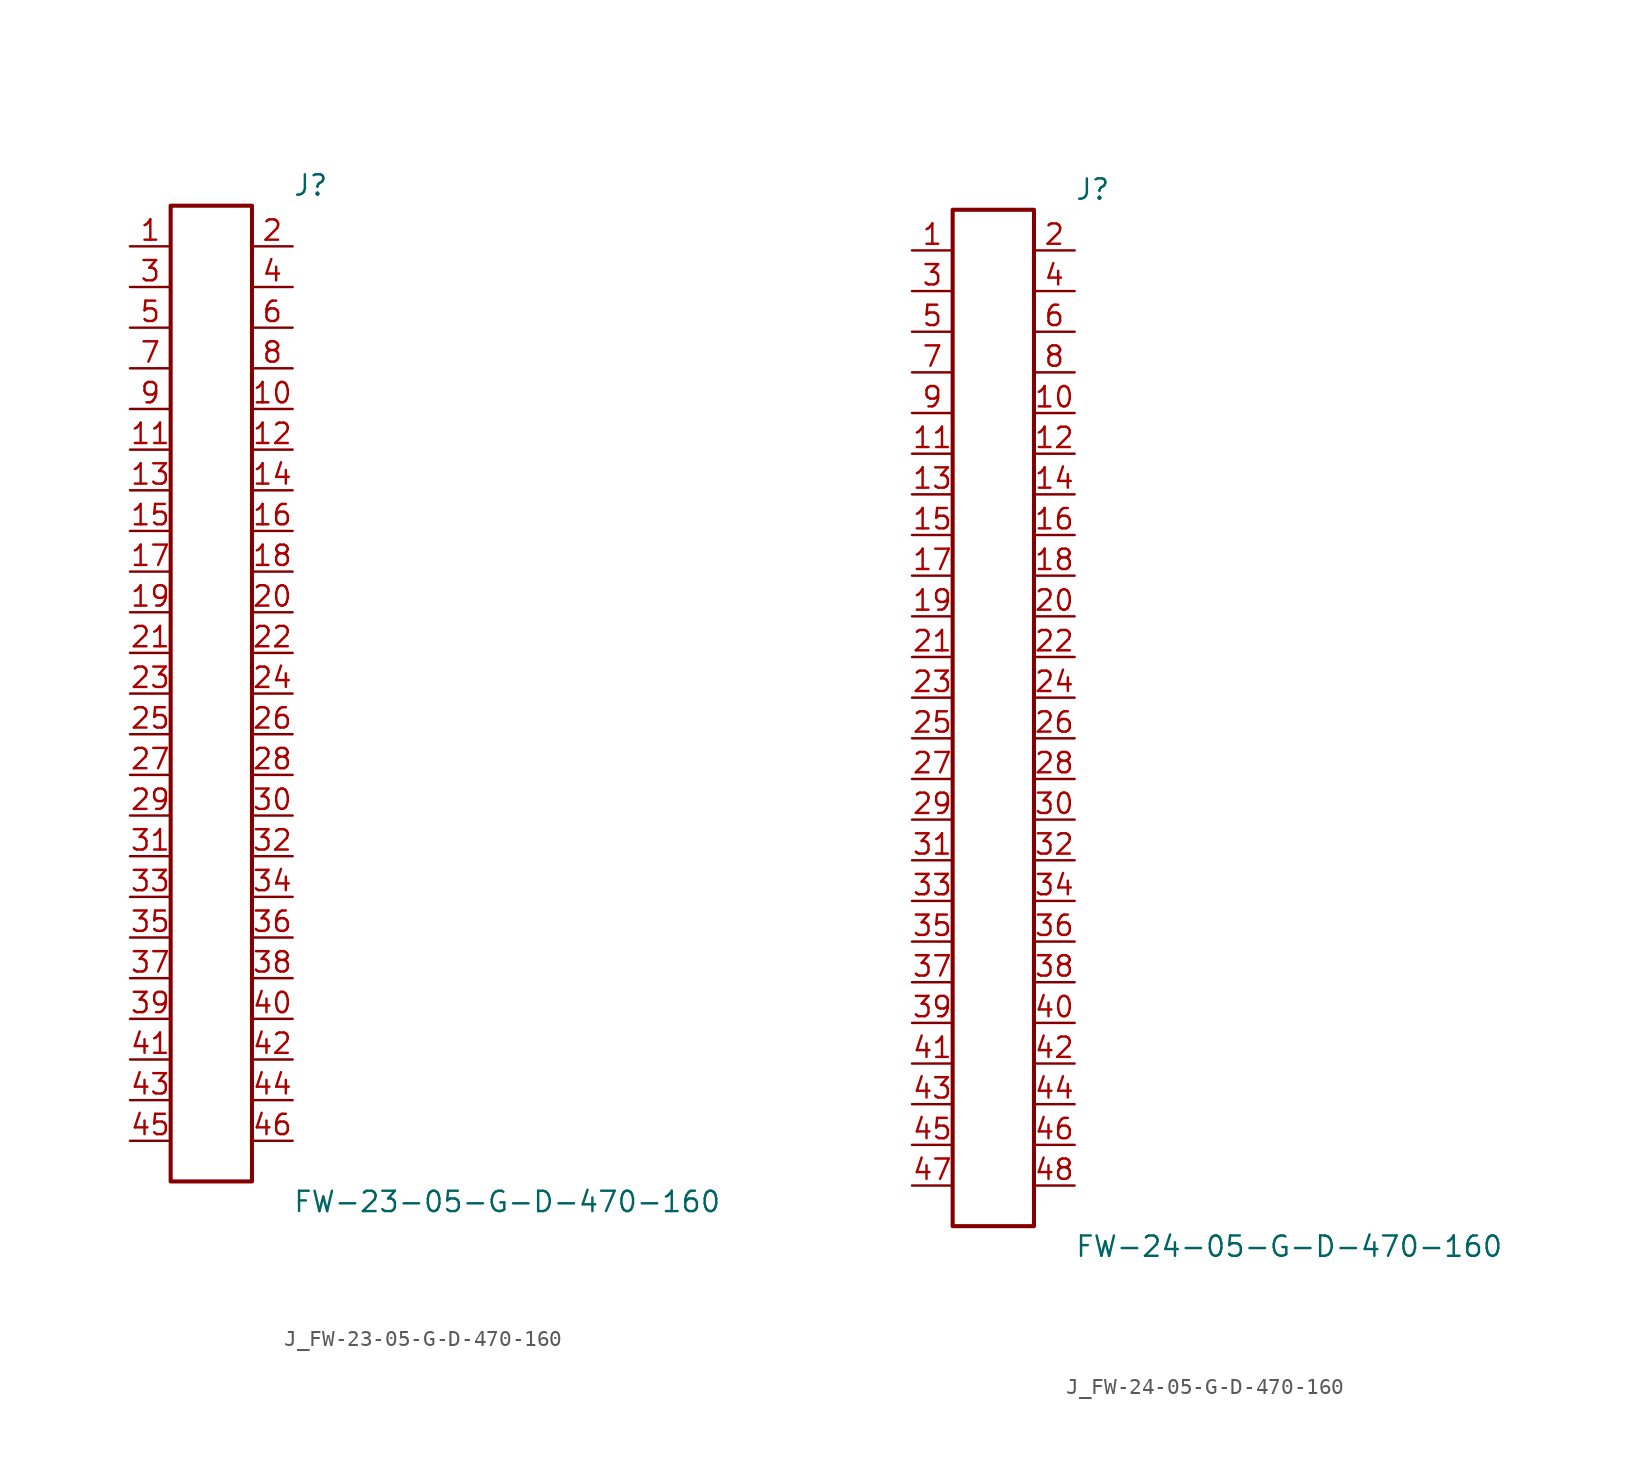
<source format=kicad_sym>
(kicad_symbol_lib
  (version 20231120)
  (generator kicad_symbol_editor)
  (generator_version 8.0)
  (symbol "J_FW-23-05-G-D-470-160"
    (pin_names
      (offset 0.254))
    (property "Reference" "J"
      (at 5.08 31.75 0)
      (effects (font (size 1.27 1.27)) (justify left)))
    (property "Value" "FW-23-05-G-D-470-160"
      (at 5.08 -31.75 0)
      (effects (font (size 1.27 1.27)) (justify left)))
    (symbol "J_FW-23-05-G-D-470-160_0_0"
      (pin unspecified line (at -5.08 27.94 0) (length 2.54) (name "" (effects (font (size 1.27 1.27)))) (number "1" (effects (font (size 1.27 1.27)))))
      (pin unspecified line (at 5.08 27.94 180) (length 2.54) (name "" (effects (font (size 1.27 1.27)))) (number "2" (effects (font (size 1.27 1.27)))))
      (pin unspecified line (at -5.08 25.4 0) (length 2.54) (name "" (effects (font (size 1.27 1.27)))) (number "3" (effects (font (size 1.27 1.27)))))
      (pin unspecified line (at 5.08 25.4 180) (length 2.54) (name "" (effects (font (size 1.27 1.27)))) (number "4" (effects (font (size 1.27 1.27)))))
      (pin unspecified line (at -5.08 22.86 0) (length 2.54) (name "" (effects (font (size 1.27 1.27)))) (number "5" (effects (font (size 1.27 1.27)))))
      (pin unspecified line (at 5.08 22.86 180) (length 2.54) (name "" (effects (font (size 1.27 1.27)))) (number "6" (effects (font (size 1.27 1.27)))))
      (pin unspecified line (at -5.08 20.32 0) (length 2.54) (name "" (effects (font (size 1.27 1.27)))) (number "7" (effects (font (size 1.27 1.27)))))
      (pin unspecified line (at 5.08 20.32 180) (length 2.54) (name "" (effects (font (size 1.27 1.27)))) (number "8" (effects (font (size 1.27 1.27)))))
      (pin unspecified line (at -5.08 17.78 0) (length 2.54) (name "" (effects (font (size 1.27 1.27)))) (number "9" (effects (font (size 1.27 1.27)))))
      (pin unspecified line (at 5.08 17.78 180) (length 2.54) (name "" (effects (font (size 1.27 1.27)))) (number "10" (effects (font (size 1.27 1.27)))))
      (pin unspecified line (at -5.08 15.24 0) (length 2.54) (name "" (effects (font (size 1.27 1.27)))) (number "11" (effects (font (size 1.27 1.27)))))
      (pin unspecified line (at 5.08 15.24 180) (length 2.54) (name "" (effects (font (size 1.27 1.27)))) (number "12" (effects (font (size 1.27 1.27)))))
      (pin unspecified line (at -5.08 12.7 0) (length 2.54) (name "" (effects (font (size 1.27 1.27)))) (number "13" (effects (font (size 1.27 1.27)))))
      (pin unspecified line (at 5.08 12.7 180) (length 2.54) (name "" (effects (font (size 1.27 1.27)))) (number "14" (effects (font (size 1.27 1.27)))))
      (pin unspecified line (at -5.08 10.16 0) (length 2.54) (name "" (effects (font (size 1.27 1.27)))) (number "15" (effects (font (size 1.27 1.27)))))
      (pin unspecified line (at 5.08 10.16 180) (length 2.54) (name "" (effects (font (size 1.27 1.27)))) (number "16" (effects (font (size 1.27 1.27)))))
      (pin unspecified line (at -5.08 7.62 0) (length 2.54) (name "" (effects (font (size 1.27 1.27)))) (number "17" (effects (font (size 1.27 1.27)))))
      (pin unspecified line (at 5.08 7.62 180) (length 2.54) (name "" (effects (font (size 1.27 1.27)))) (number "18" (effects (font (size 1.27 1.27)))))
      (pin unspecified line (at -5.08 5.08 0) (length 2.54) (name "" (effects (font (size 1.27 1.27)))) (number "19" (effects (font (size 1.27 1.27)))))
      (pin unspecified line (at 5.08 5.08 180) (length 2.54) (name "" (effects (font (size 1.27 1.27)))) (number "20" (effects (font (size 1.27 1.27)))))
      (pin unspecified line (at -5.08 2.54 0) (length 2.54) (name "" (effects (font (size 1.27 1.27)))) (number "21" (effects (font (size 1.27 1.27)))))
      (pin unspecified line (at 5.08 2.54 180) (length 2.54) (name "" (effects (font (size 1.27 1.27)))) (number "22" (effects (font (size 1.27 1.27)))))
      (pin unspecified line (at -5.08 0.0 0) (length 2.54) (name "" (effects (font (size 1.27 1.27)))) (number "23" (effects (font (size 1.27 1.27)))))
      (pin unspecified line (at 5.08 0.0 180) (length 2.54) (name "" (effects (font (size 1.27 1.27)))) (number "24" (effects (font (size 1.27 1.27)))))
      (pin unspecified line (at -5.08 -2.54 0) (length 2.54) (name "" (effects (font (size 1.27 1.27)))) (number "25" (effects (font (size 1.27 1.27)))))
      (pin unspecified line (at 5.08 -2.54 180) (length 2.54) (name "" (effects (font (size 1.27 1.27)))) (number "26" (effects (font (size 1.27 1.27)))))
      (pin unspecified line (at -5.08 -5.08 0) (length 2.54) (name "" (effects (font (size 1.27 1.27)))) (number "27" (effects (font (size 1.27 1.27)))))
      (pin unspecified line (at 5.08 -5.08 180) (length 2.54) (name "" (effects (font (size 1.27 1.27)))) (number "28" (effects (font (size 1.27 1.27)))))
      (pin unspecified line (at -5.08 -7.62 0) (length 2.54) (name "" (effects (font (size 1.27 1.27)))) (number "29" (effects (font (size 1.27 1.27)))))
      (pin unspecified line (at 5.08 -7.62 180) (length 2.54) (name "" (effects (font (size 1.27 1.27)))) (number "30" (effects (font (size 1.27 1.27)))))
      (pin unspecified line (at -5.08 -10.16 0) (length 2.54) (name "" (effects (font (size 1.27 1.27)))) (number "31" (effects (font (size 1.27 1.27)))))
      (pin unspecified line (at 5.08 -10.16 180) (length 2.54) (name "" (effects (font (size 1.27 1.27)))) (number "32" (effects (font (size 1.27 1.27)))))
      (pin unspecified line (at -5.08 -12.7 0) (length 2.54) (name "" (effects (font (size 1.27 1.27)))) (number "33" (effects (font (size 1.27 1.27)))))
      (pin unspecified line (at 5.08 -12.7 180) (length 2.54) (name "" (effects (font (size 1.27 1.27)))) (number "34" (effects (font (size 1.27 1.27)))))
      (pin unspecified line (at -5.08 -15.24 0) (length 2.54) (name "" (effects (font (size 1.27 1.27)))) (number "35" (effects (font (size 1.27 1.27)))))
      (pin unspecified line (at 5.08 -15.24 180) (length 2.54) (name "" (effects (font (size 1.27 1.27)))) (number "36" (effects (font (size 1.27 1.27)))))
      (pin unspecified line (at -5.08 -17.78 0) (length 2.54) (name "" (effects (font (size 1.27 1.27)))) (number "37" (effects (font (size 1.27 1.27)))))
      (pin unspecified line (at 5.08 -17.78 180) (length 2.54) (name "" (effects (font (size 1.27 1.27)))) (number "38" (effects (font (size 1.27 1.27)))))
      (pin unspecified line (at -5.08 -20.32 0) (length 2.54) (name "" (effects (font (size 1.27 1.27)))) (number "39" (effects (font (size 1.27 1.27)))))
      (pin unspecified line (at 5.08 -20.32 180) (length 2.54) (name "" (effects (font (size 1.27 1.27)))) (number "40" (effects (font (size 1.27 1.27)))))
      (pin unspecified line (at -5.08 -22.86 0) (length 2.54) (name "" (effects (font (size 1.27 1.27)))) (number "41" (effects (font (size 1.27 1.27)))))
      (pin unspecified line (at 5.08 -22.86 180) (length 2.54) (name "" (effects (font (size 1.27 1.27)))) (number "42" (effects (font (size 1.27 1.27)))))
      (pin unspecified line (at -5.08 -25.4 0) (length 2.54) (name "" (effects (font (size 1.27 1.27)))) (number "43" (effects (font (size 1.27 1.27)))))
      (pin unspecified line (at 5.08 -25.4 180) (length 2.54) (name "" (effects (font (size 1.27 1.27)))) (number "44" (effects (font (size 1.27 1.27)))))
      (pin unspecified line (at -5.08 -27.94 0) (length 2.54) (name "" (effects (font (size 1.27 1.27)))) (number "45" (effects (font (size 1.27 1.27)))))
      (pin unspecified line (at 5.08 -27.94 180) (length 2.54) (name "" (effects (font (size 1.27 1.27)))) (number "46" (effects (font (size 1.27 1.27))))))
    (symbol "J_FW-23-05-G-D-470-160_1_0"
      (rectangle (start -2.54 30.48) (end 2.54 -30.48) (stroke (width 0.254) (type solid)) (fill (type none)))))
  (symbol "J_FW-24-05-G-D-470-160"
    (pin_names
      (offset 0.254))
    (property "Reference" "J"
      (at 5.08 33.02 0)
      (effects (font (size 1.27 1.27)) (justify left)))
    (property "Value" "FW-24-05-G-D-470-160"
      (at 5.08 -33.02 0)
      (effects (font (size 1.27 1.27)) (justify left)))
    (symbol "J_FW-24-05-G-D-470-160_0_0"
      (pin unspecified line (at -5.08 29.21 0) (length 2.54) (name "" (effects (font (size 1.27 1.27)))) (number "1" (effects (font (size 1.27 1.27)))))
      (pin unspecified line (at 5.08 29.21 180) (length 2.54) (name "" (effects (font (size 1.27 1.27)))) (number "2" (effects (font (size 1.27 1.27)))))
      (pin unspecified line (at -5.08 26.67 0) (length 2.54) (name "" (effects (font (size 1.27 1.27)))) (number "3" (effects (font (size 1.27 1.27)))))
      (pin unspecified line (at 5.08 26.67 180) (length 2.54) (name "" (effects (font (size 1.27 1.27)))) (number "4" (effects (font (size 1.27 1.27)))))
      (pin unspecified line (at -5.08 24.13 0) (length 2.54) (name "" (effects (font (size 1.27 1.27)))) (number "5" (effects (font (size 1.27 1.27)))))
      (pin unspecified line (at 5.08 24.13 180) (length 2.54) (name "" (effects (font (size 1.27 1.27)))) (number "6" (effects (font (size 1.27 1.27)))))
      (pin unspecified line (at -5.08 21.59 0) (length 2.54) (name "" (effects (font (size 1.27 1.27)))) (number "7" (effects (font (size 1.27 1.27)))))
      (pin unspecified line (at 5.08 21.59 180) (length 2.54) (name "" (effects (font (size 1.27 1.27)))) (number "8" (effects (font (size 1.27 1.27)))))
      (pin unspecified line (at -5.08 19.05 0) (length 2.54) (name "" (effects (font (size 1.27 1.27)))) (number "9" (effects (font (size 1.27 1.27)))))
      (pin unspecified line (at 5.08 19.05 180) (length 2.54) (name "" (effects (font (size 1.27 1.27)))) (number "10" (effects (font (size 1.27 1.27)))))
      (pin unspecified line (at -5.08 16.51 0) (length 2.54) (name "" (effects (font (size 1.27 1.27)))) (number "11" (effects (font (size 1.27 1.27)))))
      (pin unspecified line (at 5.08 16.51 180) (length 2.54) (name "" (effects (font (size 1.27 1.27)))) (number "12" (effects (font (size 1.27 1.27)))))
      (pin unspecified line (at -5.08 13.97 0) (length 2.54) (name "" (effects (font (size 1.27 1.27)))) (number "13" (effects (font (size 1.27 1.27)))))
      (pin unspecified line (at 5.08 13.97 180) (length 2.54) (name "" (effects (font (size 1.27 1.27)))) (number "14" (effects (font (size 1.27 1.27)))))
      (pin unspecified line (at -5.08 11.43 0) (length 2.54) (name "" (effects (font (size 1.27 1.27)))) (number "15" (effects (font (size 1.27 1.27)))))
      (pin unspecified line (at 5.08 11.43 180) (length 2.54) (name "" (effects (font (size 1.27 1.27)))) (number "16" (effects (font (size 1.27 1.27)))))
      (pin unspecified line (at -5.08 8.89 0) (length 2.54) (name "" (effects (font (size 1.27 1.27)))) (number "17" (effects (font (size 1.27 1.27)))))
      (pin unspecified line (at 5.08 8.89 180) (length 2.54) (name "" (effects (font (size 1.27 1.27)))) (number "18" (effects (font (size 1.27 1.27)))))
      (pin unspecified line (at -5.08 6.35 0) (length 2.54) (name "" (effects (font (size 1.27 1.27)))) (number "19" (effects (font (size 1.27 1.27)))))
      (pin unspecified line (at 5.08 6.35 180) (length 2.54) (name "" (effects (font (size 1.27 1.27)))) (number "20" (effects (font (size 1.27 1.27)))))
      (pin unspecified line (at -5.08 3.81 0) (length 2.54) (name "" (effects (font (size 1.27 1.27)))) (number "21" (effects (font (size 1.27 1.27)))))
      (pin unspecified line (at 5.08 3.81 180) (length 2.54) (name "" (effects (font (size 1.27 1.27)))) (number "22" (effects (font (size 1.27 1.27)))))
      (pin unspecified line (at -5.08 1.27 0) (length 2.54) (name "" (effects (font (size 1.27 1.27)))) (number "23" (effects (font (size 1.27 1.27)))))
      (pin unspecified line (at 5.08 1.27 180) (length 2.54) (name "" (effects (font (size 1.27 1.27)))) (number "24" (effects (font (size 1.27 1.27)))))
      (pin unspecified line (at -5.08 -1.27 0) (length 2.54) (name "" (effects (font (size 1.27 1.27)))) (number "25" (effects (font (size 1.27 1.27)))))
      (pin unspecified line (at 5.08 -1.27 180) (length 2.54) (name "" (effects (font (size 1.27 1.27)))) (number "26" (effects (font (size 1.27 1.27)))))
      (pin unspecified line (at -5.08 -3.81 0) (length 2.54) (name "" (effects (font (size 1.27 1.27)))) (number "27" (effects (font (size 1.27 1.27)))))
      (pin unspecified line (at 5.08 -3.81 180) (length 2.54) (name "" (effects (font (size 1.27 1.27)))) (number "28" (effects (font (size 1.27 1.27)))))
      (pin unspecified line (at -5.08 -6.35 0) (length 2.54) (name "" (effects (font (size 1.27 1.27)))) (number "29" (effects (font (size 1.27 1.27)))))
      (pin unspecified line (at 5.08 -6.35 180) (length 2.54) (name "" (effects (font (size 1.27 1.27)))) (number "30" (effects (font (size 1.27 1.27)))))
      (pin unspecified line (at -5.08 -8.89 0) (length 2.54) (name "" (effects (font (size 1.27 1.27)))) (number "31" (effects (font (size 1.27 1.27)))))
      (pin unspecified line (at 5.08 -8.89 180) (length 2.54) (name "" (effects (font (size 1.27 1.27)))) (number "32" (effects (font (size 1.27 1.27)))))
      (pin unspecified line (at -5.08 -11.43 0) (length 2.54) (name "" (effects (font (size 1.27 1.27)))) (number "33" (effects (font (size 1.27 1.27)))))
      (pin unspecified line (at 5.08 -11.43 180) (length 2.54) (name "" (effects (font (size 1.27 1.27)))) (number "34" (effects (font (size 1.27 1.27)))))
      (pin unspecified line (at -5.08 -13.97 0) (length 2.54) (name "" (effects (font (size 1.27 1.27)))) (number "35" (effects (font (size 1.27 1.27)))))
      (pin unspecified line (at 5.08 -13.97 180) (length 2.54) (name "" (effects (font (size 1.27 1.27)))) (number "36" (effects (font (size 1.27 1.27)))))
      (pin unspecified line (at -5.08 -16.51 0) (length 2.54) (name "" (effects (font (size 1.27 1.27)))) (number "37" (effects (font (size 1.27 1.27)))))
      (pin unspecified line (at 5.08 -16.51 180) (length 2.54) (name "" (effects (font (size 1.27 1.27)))) (number "38" (effects (font (size 1.27 1.27)))))
      (pin unspecified line (at -5.08 -19.05 0) (length 2.54) (name "" (effects (font (size 1.27 1.27)))) (number "39" (effects (font (size 1.27 1.27)))))
      (pin unspecified line (at 5.08 -19.05 180) (length 2.54) (name "" (effects (font (size 1.27 1.27)))) (number "40" (effects (font (size 1.27 1.27)))))
      (pin unspecified line (at -5.08 -21.59 0) (length 2.54) (name "" (effects (font (size 1.27 1.27)))) (number "41" (effects (font (size 1.27 1.27)))))
      (pin unspecified line (at 5.08 -21.59 180) (length 2.54) (name "" (effects (font (size 1.27 1.27)))) (number "42" (effects (font (size 1.27 1.27)))))
      (pin unspecified line (at -5.08 -24.13 0) (length 2.54) (name "" (effects (font (size 1.27 1.27)))) (number "43" (effects (font (size 1.27 1.27)))))
      (pin unspecified line (at 5.08 -24.13 180) (length 2.54) (name "" (effects (font (size 1.27 1.27)))) (number "44" (effects (font (size 1.27 1.27)))))
      (pin unspecified line (at -5.08 -26.67 0) (length 2.54) (name "" (effects (font (size 1.27 1.27)))) (number "45" (effects (font (size 1.27 1.27)))))
      (pin unspecified line (at 5.08 -26.67 180) (length 2.54) (name "" (effects (font (size 1.27 1.27)))) (number "46" (effects (font (size 1.27 1.27)))))
      (pin unspecified line (at -5.08 -29.21 0) (length 2.54) (name "" (effects (font (size 1.27 1.27)))) (number "47" (effects (font (size 1.27 1.27)))))
      (pin unspecified line (at 5.08 -29.21 180) (length 2.54) (name "" (effects (font (size 1.27 1.27)))) (number "48" (effects (font (size 1.27 1.27))))))
    (symbol "J_FW-24-05-G-D-470-160_1_0"
      (rectangle (start -2.54 31.75) (end 2.54 -31.75) (stroke (width 0.254) (type solid)) (fill (type none))))))
</source>
